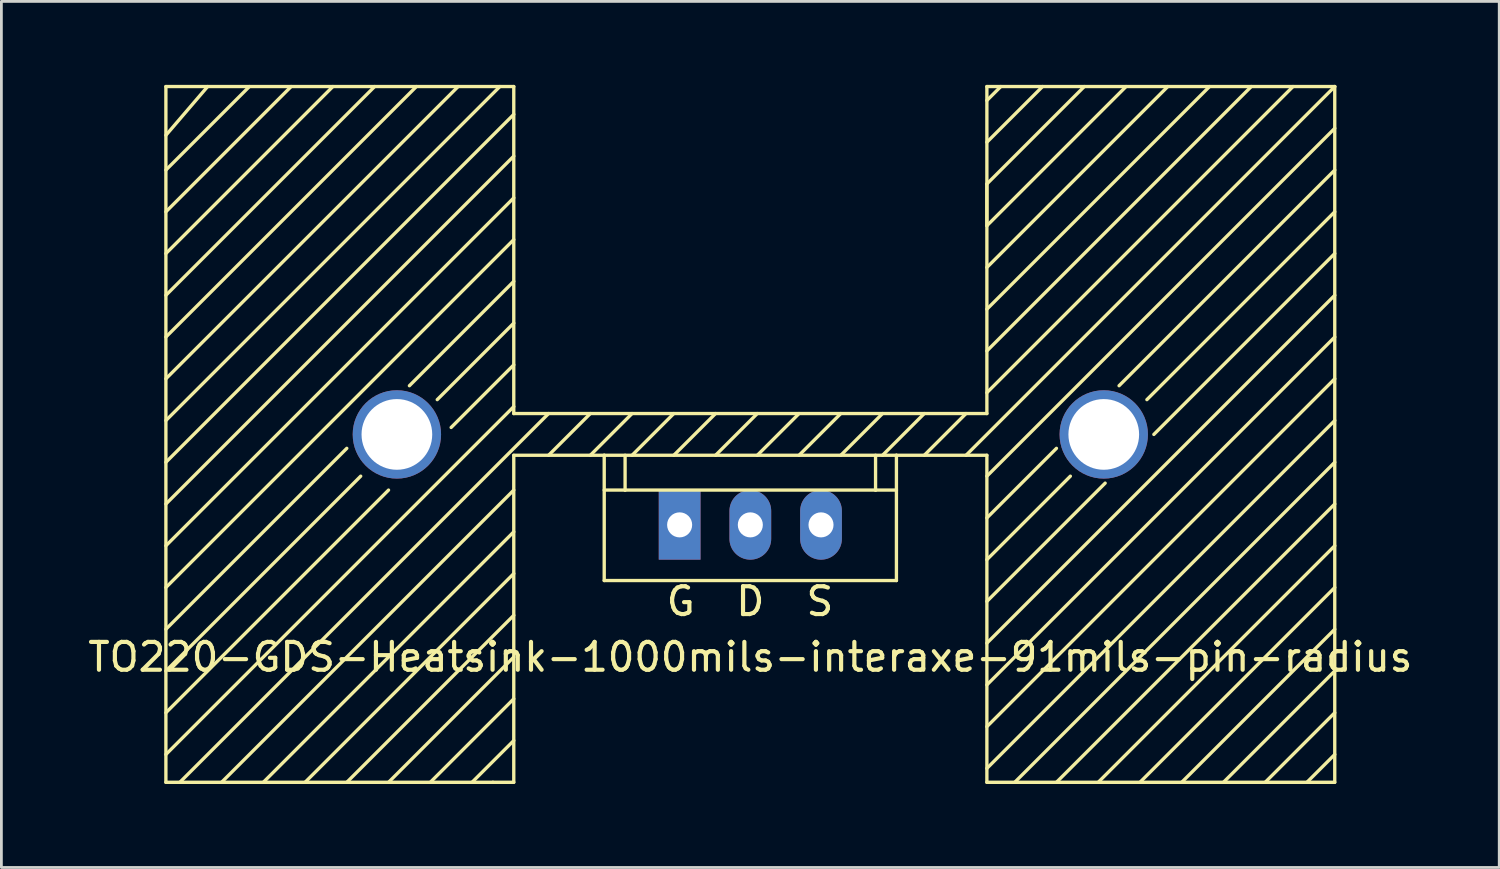
<source format=kicad_pcb>
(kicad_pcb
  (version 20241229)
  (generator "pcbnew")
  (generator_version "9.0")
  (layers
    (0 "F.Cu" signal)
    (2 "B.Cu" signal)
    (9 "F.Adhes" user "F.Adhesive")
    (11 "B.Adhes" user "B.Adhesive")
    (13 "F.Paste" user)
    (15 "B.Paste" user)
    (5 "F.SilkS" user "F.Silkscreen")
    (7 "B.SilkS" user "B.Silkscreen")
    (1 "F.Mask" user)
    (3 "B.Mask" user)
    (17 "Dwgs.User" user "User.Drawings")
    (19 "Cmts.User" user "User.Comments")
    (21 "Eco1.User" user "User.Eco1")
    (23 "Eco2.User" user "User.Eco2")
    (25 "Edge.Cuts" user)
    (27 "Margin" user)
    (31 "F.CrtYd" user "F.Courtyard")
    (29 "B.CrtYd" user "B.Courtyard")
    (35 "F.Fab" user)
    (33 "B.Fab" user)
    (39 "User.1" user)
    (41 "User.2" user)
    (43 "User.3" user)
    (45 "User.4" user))
  (footprint "TO220-GDS-Heatsink-1000mils-interaxe-91mils-pin-radius"
    (layer "F.Cu")
    (at 23.911 15.81)
    (property "Reference" "TO220-GDS-Heatsink-1000mils-interaxe-91mils-pin-radius" (at 0 4.75 0) (layer "F.SilkS") (effects (font (size 1 1) (thickness 0.15))))
    (attr through_hole)
    (fp_line (start -21 -15.75) (end -8.5 -15.75) (stroke (width 0.12) (type solid)) (layer "F.SilkS"))
    (fp_line (start -21 -14) (end -19.5 -15.75) (stroke (width 0.12) (type solid)) (layer "F.SilkS"))
    (fp_line (start -21 -11.25) (end -16.5 -15.75) (stroke (width 0.12) (type solid)) (layer "F.SilkS"))
    (fp_line (start -21 -8.25) (end -13.5 -15.75) (stroke (width 0.12) (type solid)) (layer "F.SilkS"))
    (fp_line (start -21 -2.25) (end -8.5 -14.75) (stroke (width 0.12) (type solid)) (layer "F.SilkS"))
    (fp_line (start -21 2.25) (end -8.5 -10.25) (stroke (width 0.12) (type solid)) (layer "F.SilkS"))
    (fp_line (start -21 5.25) (end -14 -1.75) (stroke (width 0.12) (type solid)) (layer "F.SilkS"))
    (fp_line (start -21 8.25) (end -8.5 -4.25) (stroke (width 0.12) (type solid)) (layer "F.SilkS"))
    (fp_line (start -21 9.25) (end -21 -15.75) (stroke (width 0.12) (type solid)) (layer "F.SilkS"))
    (fp_line (start -20.5 9.25) (end -7.25 -4) (stroke (width 0.12) (type solid)) (layer "F.SilkS"))
    (fp_line (start -19 9.25) (end -8.5 -1.25) (stroke (width 0.12) (type solid)) (layer "F.SilkS"))
    (fp_line (start -18 -15.75) (end -21 -12.75) (stroke (width 0.12) (type solid)) (layer "F.SilkS"))
    (fp_line (start -15 -15.75) (end -21 -9.75) (stroke (width 0.12) (type solid)) (layer "F.SilkS"))
    (fp_line (start -14.5 -2.75) (end -21 3.75) (stroke (width 0.12) (type solid)) (layer "F.SilkS"))
    (fp_line (start -14.5 9.25) (end -8.5 3.25) (stroke (width 0.12) (type solid)) (layer "F.SilkS"))
    (fp_line (start -13 -1.25) (end -21 6.75) (stroke (width 0.12) (type solid)) (layer "F.SilkS"))
    (fp_line (start -12 -15.75) (end -21 -6.75) (stroke (width 0.12) (type solid)) (layer "F.SilkS"))
    (fp_line (start -11.5 9.25) (end -8.5 6.25) (stroke (width 0.12) (type solid)) (layer "F.SilkS"))
    (fp_line (start -11.25 -4.5) (end -8.5 -7.25) (stroke (width 0.12) (type solid)) (layer "F.SilkS"))
    (fp_line (start -10.5 -15.75) (end -21 -5.25) (stroke (width 0.12) (type solid)) (layer "F.SilkS"))
    (fp_line (start -9.25 9.25) (end -21 9.25) (stroke (width 0.12) (type solid)) (layer "F.SilkS"))
    (fp_line (start -9 -15.75) (end -21 -3.75) (stroke (width 0.12) (type solid)) (layer "F.SilkS"))
    (fp_line (start -8.5 -15.75) (end -8.5 -4) (stroke (width 0.12) (type solid)) (layer "F.SilkS"))
    (fp_line (start -8.5 -13.25) (end -21 -0.75) (stroke (width 0.12) (type solid)) (layer "F.SilkS"))
    (fp_line (start -8.5 -11.75) (end -21 0.75) (stroke (width 0.12) (type solid)) (layer "F.SilkS"))
    (fp_line (start -8.5 -8.75) (end -12.25 -5) (stroke (width 0.12) (type solid)) (layer "F.SilkS"))
    (fp_line (start -8.5 -5.75) (end -10.75 -3.5) (stroke (width 0.12) (type solid)) (layer "F.SilkS"))
    (fp_line (start -8.5 -4) (end 8.5 -4) (stroke (width 0.12) (type solid)) (layer "F.SilkS"))
    (fp_line (start -8.5 -2.5) (end -8.5 9.25) (stroke (width 0.12) (type solid)) (layer "F.SilkS"))
    (fp_line (start -8.5 0.25) (end -17.5 9.25) (stroke (width 0.12) (type solid)) (layer "F.SilkS"))
    (fp_line (start -8.5 1.75) (end -16 9.25) (stroke (width 0.12) (type solid)) (layer "F.SilkS"))
    (fp_line (start -8.5 4.75) (end -13 9.25) (stroke (width 0.12) (type solid)) (layer "F.SilkS"))
    (fp_line (start -8.5 7.75) (end -10 9.25) (stroke (width 0.12) (type solid)) (layer "F.SilkS"))
    (fp_line (start -8.5 9.25) (end -9.25 9.25) (stroke (width 0.12) (type solid)) (layer "F.SilkS"))
    (fp_line (start -7.25 -2.5) (end -5.75 -4) (stroke (width 0.12) (type solid)) (layer "F.SilkS"))
    (fp_line (start -5.75 -2.5) (end -4.25 -4) (stroke (width 0.12) (type solid)) (layer "F.SilkS"))
    (fp_line (start -5.25 -2.5) (end -8.5 -2.5) (stroke (width 0.12) (type solid)) (layer "F.SilkS"))
    (fp_line (start -5.25 -2.5) (end -5.25 2) (stroke (width 0.12) (type solid)) (layer "F.SilkS"))
    (fp_line (start -5.25 2) (end 5.25 2) (stroke (width 0.12) (type solid)) (layer "F.SilkS"))
    (fp_line (start -4.5 -2.5) (end -4.5 -1.25) (stroke (width 0.12) (type solid)) (layer "F.SilkS"))
    (fp_line (start -4.5 -1.25) (end -5.25 -1.25) (stroke (width 0.12) (type solid)) (layer "F.SilkS"))
    (fp_line (start -4.5 -1.25) (end 4.5 -1.25) (stroke (width 0.12) (type solid)) (layer "F.SilkS"))
    (fp_line (start -4.25 -2.5) (end -2.75 -4) (stroke (width 0.12) (type solid)) (layer "F.SilkS"))
    (fp_line (start -2.75 -2.5) (end -1.25 -4) (stroke (width 0.12) (type solid)) (layer "F.SilkS"))
    (fp_line (start -1.25 -2.5) (end 0.25 -4) (stroke (width 0.12) (type solid)) (layer "F.SilkS"))
    (fp_line (start 0.25 -2.5) (end 1.75 -4) (stroke (width 0.12) (type solid)) (layer "F.SilkS"))
    (fp_line (start 1.75 -2.5) (end 3.25 -4) (stroke (width 0.12) (type solid)) (layer "F.SilkS"))
    (fp_line (start 3.25 -2.5) (end 4.75 -4) (stroke (width 0.12) (type solid)) (layer "F.SilkS"))
    (fp_line (start 4.5 -1.25) (end 4.5 -2.5) (stroke (width 0.12) (type solid)) (layer "F.SilkS"))
    (fp_line (start 4.5 -1.25) (end 5.25 -1.25) (stroke (width 0.12) (type solid)) (layer "F.SilkS"))
    (fp_line (start 4.75 -2.5) (end 6.25 -4) (stroke (width 0.12) (type solid)) (layer "F.SilkS"))
    (fp_line (start 5.25 -2.5) (end -5.25 -2.5) (stroke (width 0.12) (type solid)) (layer "F.SilkS"))
    (fp_line (start 5.25 2) (end 5.25 -2.5) (stroke (width 0.12) (type solid)) (layer "F.SilkS"))
    (fp_line (start 6.25 -2.5) (end 7.75 -4) (stroke (width 0.12) (type solid)) (layer "F.SilkS"))
    (fp_line (start 7.75 -2.5) (end 21 -15.75) (stroke (width 0.12) (type solid)) (layer "F.SilkS"))
    (fp_line (start 8.5 -15.75) (end 21 -15.75) (stroke (width 0.12) (type solid)) (layer "F.SilkS"))
    (fp_line (start 8.5 -15.25) (end 9 -15.75) (stroke (width 0.12) (type solid)) (layer "F.SilkS"))
    (fp_line (start 8.5 -12.25) (end 12 -15.75) (stroke (width 0.12) (type solid)) (layer "F.SilkS"))
    (fp_line (start 8.5 -10.75) (end 8.5 -12.25) (stroke (width 0.12) (type solid)) (layer "F.SilkS"))
    (fp_line (start 8.5 -9.25) (end 15 -15.75) (stroke (width 0.12) (type solid)) (layer "F.SilkS"))
    (fp_line (start 8.5 -6.25) (end 18 -15.75) (stroke (width 0.12) (type solid)) (layer "F.SilkS"))
    (fp_line (start 8.5 -4) (end 8.5 -15.75) (stroke (width 0.12) (type solid)) (layer "F.SilkS"))
    (fp_line (start 8.5 -2.5) (end 5.25 -2.5) (stroke (width 0.12) (type solid)) (layer "F.SilkS"))
    (fp_line (start 8.5 -1.75) (end 21 -14.25) (stroke (width 0.12) (type solid)) (layer "F.SilkS"))
    (fp_line (start 8.5 -0.25) (end 11 -2.75) (stroke (width 0.12) (type solid)) (layer "F.SilkS"))
    (fp_line (start 8.5 1.25) (end 11.5 -1.75) (stroke (width 0.12) (type solid)) (layer "F.SilkS"))
    (fp_line (start 8.5 4.25) (end 21 -8.25) (stroke (width 0.12) (type solid)) (layer "F.SilkS"))
    (fp_line (start 8.5 7.25) (end 21 -5.25) (stroke (width 0.12) (type solid)) (layer "F.SilkS"))
    (fp_line (start 8.5 9.25) (end 8.5 -2.5) (stroke (width 0.12) (type solid)) (layer "F.SilkS"))
    (fp_line (start 9.5 9.25) (end 21 -2.25) (stroke (width 0.12) (type solid)) (layer "F.SilkS"))
    (fp_line (start 10.5 -15.75) (end 8.5 -13.75) (stroke (width 0.12) (type solid)) (layer "F.SilkS"))
    (fp_line (start 12.5 9.25) (end 21 0.75) (stroke (width 0.12) (type solid)) (layer "F.SilkS"))
    (fp_line (start 12.75 -1.5) (end 8.5 2.75) (stroke (width 0.12) (type solid)) (layer "F.SilkS"))
    (fp_line (start 13.5 -15.75) (end 8.5 -10.75) (stroke (width 0.12) (type solid)) (layer "F.SilkS"))
    (fp_line (start 15.5 9.25) (end 21 3.75) (stroke (width 0.12) (type solid)) (layer "F.SilkS"))
    (fp_line (start 16.5 -15.75) (end 8.5 -7.75) (stroke (width 0.12) (type solid)) (layer "F.SilkS"))
    (fp_line (start 18.5 9.25) (end 21 6.75) (stroke (width 0.12) (type solid)) (layer "F.SilkS"))
    (fp_line (start 19.5 -15.75) (end 8.5 -4.75) (stroke (width 0.12) (type solid)) (layer "F.SilkS"))
    (fp_line (start 21 -15.75) (end 21 9.25) (stroke (width 0.12) (type solid)) (layer "F.SilkS"))
    (fp_line (start 21 -12.75) (end 13.25 -5) (stroke (width 0.12) (type solid)) (layer "F.SilkS"))
    (fp_line (start 21 -11.25) (end 14.25 -4.5) (stroke (width 0.12) (type solid)) (layer "F.SilkS"))
    (fp_line (start 21 -9.75) (end 14.5 -3.25) (stroke (width 0.12) (type solid)) (layer "F.SilkS"))
    (fp_line (start 21 -6.75) (end 8.5 5.75) (stroke (width 0.12) (type solid)) (layer "F.SilkS"))
    (fp_line (start 21 -3.75) (end 8.5 8.75) (stroke (width 0.12) (type solid)) (layer "F.SilkS"))
    (fp_line (start 21 -0.75) (end 11 9.25) (stroke (width 0.12) (type solid)) (layer "F.SilkS"))
    (fp_line (start 21 2.25) (end 14 9.25) (stroke (width 0.12) (type solid)) (layer "F.SilkS"))
    (fp_line (start 21 5.25) (end 17 9.25) (stroke (width 0.12) (type solid)) (layer "F.SilkS"))
    (fp_line (start 21 8.25) (end 20 9.25) (stroke (width 0.12) (type solid)) (layer "F.SilkS"))
    (fp_line (start 21 9.25) (end 8.5 9.25) (stroke (width 0.12) (type solid)) (layer "F.SilkS"))
    (fp_text user "D" (at 0 2.75 0) (layer "F.SilkS") (effects (font (size 1 1) (thickness 0.15))))
    (fp_text user "S" (at 2.5 2.75 0) (layer "F.SilkS") (effects (font (size 1 1) (thickness 0.15))))
    (fp_text user "G" (at -2.5 2.75 0) (layer "F.SilkS") (effects (font (size 1 1) (thickness 0.15))))
    (pad "0" thru_hole circle (at -12.7 -3.25) (size 3.175 3.175) (drill 2.54) (layers "*.Cu" "*.Mask"))
    (pad "0" thru_hole circle (at 12.7 -3.25) (size 3.175 3.175) (drill 2.54) (layers "*.Cu" "*.Mask"))
    (pad "1" thru_hole rect (at -2.54 0) (size 1.5 2.5) (drill 0.9) (layers "*.Cu" "*.Mask"))
    (pad "2" thru_hole oval (at 0 0) (size 1.5 2.5) (drill 0.9) (layers "*.Cu" "*.Mask"))
    (pad "3" thru_hole oval (at 2.54 0) (size 1.5 2.5) (drill 0.9) (layers "*.Cu" "*.Mask")))
  (gr_rect
    (start -3 -3)
    (end 50.821 28.12)
    (stroke (width 0.1) (type default))
    (fill no)
    (layer "Edge.Cuts")))
</source>
